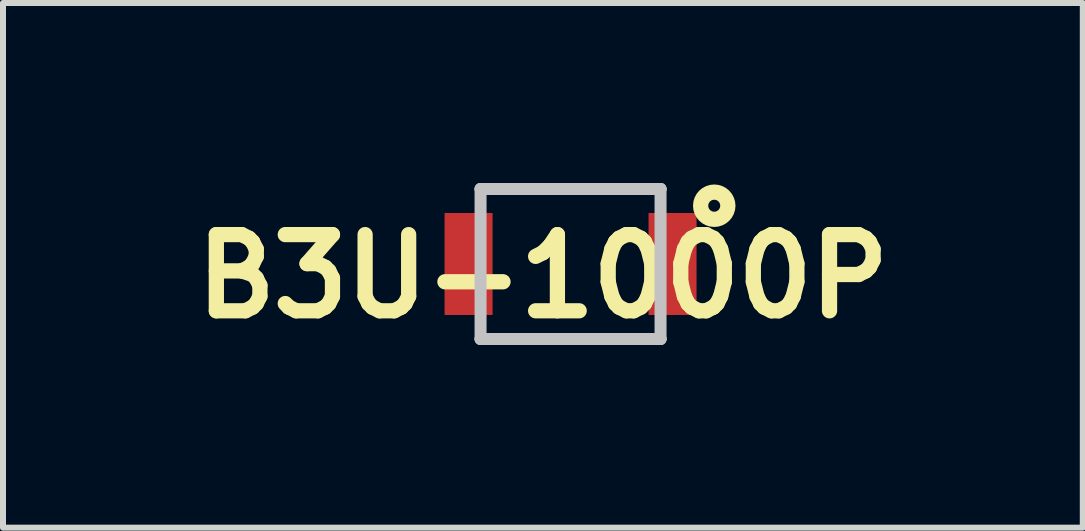
<source format=kicad_pcb>
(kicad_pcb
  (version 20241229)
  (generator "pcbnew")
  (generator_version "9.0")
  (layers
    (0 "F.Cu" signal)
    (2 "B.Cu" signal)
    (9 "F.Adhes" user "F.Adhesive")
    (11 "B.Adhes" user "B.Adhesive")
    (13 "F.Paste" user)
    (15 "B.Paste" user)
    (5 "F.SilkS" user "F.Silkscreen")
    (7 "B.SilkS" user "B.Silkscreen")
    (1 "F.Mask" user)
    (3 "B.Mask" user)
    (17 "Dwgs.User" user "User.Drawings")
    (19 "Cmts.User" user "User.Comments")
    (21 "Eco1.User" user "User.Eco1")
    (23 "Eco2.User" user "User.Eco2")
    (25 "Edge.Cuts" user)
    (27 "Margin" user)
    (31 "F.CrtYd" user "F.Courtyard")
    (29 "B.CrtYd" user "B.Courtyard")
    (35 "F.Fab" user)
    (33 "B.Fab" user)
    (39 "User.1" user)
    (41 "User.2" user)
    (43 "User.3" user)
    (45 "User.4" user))
  (footprint "B3U-1000P"
    (layer "F.Cu")
    (at 6.46 1.35)
    (property "Reference" "B3U-1000P" (at -0.461 0.206 0) (layer "F.SilkS") (effects (font (size 1.27 1.27) (thickness 0.254))))
    (attr smd)
    (fp_line (start -1.5 -1.25) (end 1.5 -1.25) (stroke (width 0.2) (type solid)) (layer "F.SilkS"))
    (fp_line (start -1.5 1.25) (end 1.5 1.25) (stroke (width 0.2) (type solid)) (layer "F.SilkS"))
    (fp_circle (center 2.395 -0.971) (end 2.295 -0.971) (stroke (width 0.254) (type solid)) (fill no) (layer "F.SilkS"))
    (fp_line (start -1.5 -1.25) (end 1.5 -1.25) (stroke (width 0.2) (type solid)) (layer "Dwgs.User"))
    (fp_line (start -1.5 1.25) (end -1.5 -1.25) (stroke (width 0.2) (type solid)) (layer "Dwgs.User"))
    (fp_line (start 1.5 -1.25) (end 1.5 1.25) (stroke (width 0.2) (type solid)) (layer "Dwgs.User"))
    (fp_line (start 1.5 1.25) (end -1.5 1.25) (stroke (width 0.2) (type solid)) (layer "Dwgs.User"))
    (pad "1" smd rect (at 1.7 0) (size 0.8 1.7) (layers "F.Cu" "F.Mask" "F.Paste"))
    (pad "2" smd rect (at -1.7 0) (size 0.8 1.7) (layers "F.Cu" "F.Mask" "F.Paste")))
  (gr_rect
    (start -3 -3)
    (end 14.998 5.745)
    (stroke (width 0.1) (type default))
    (fill no)
    (layer "Edge.Cuts")))
</source>
